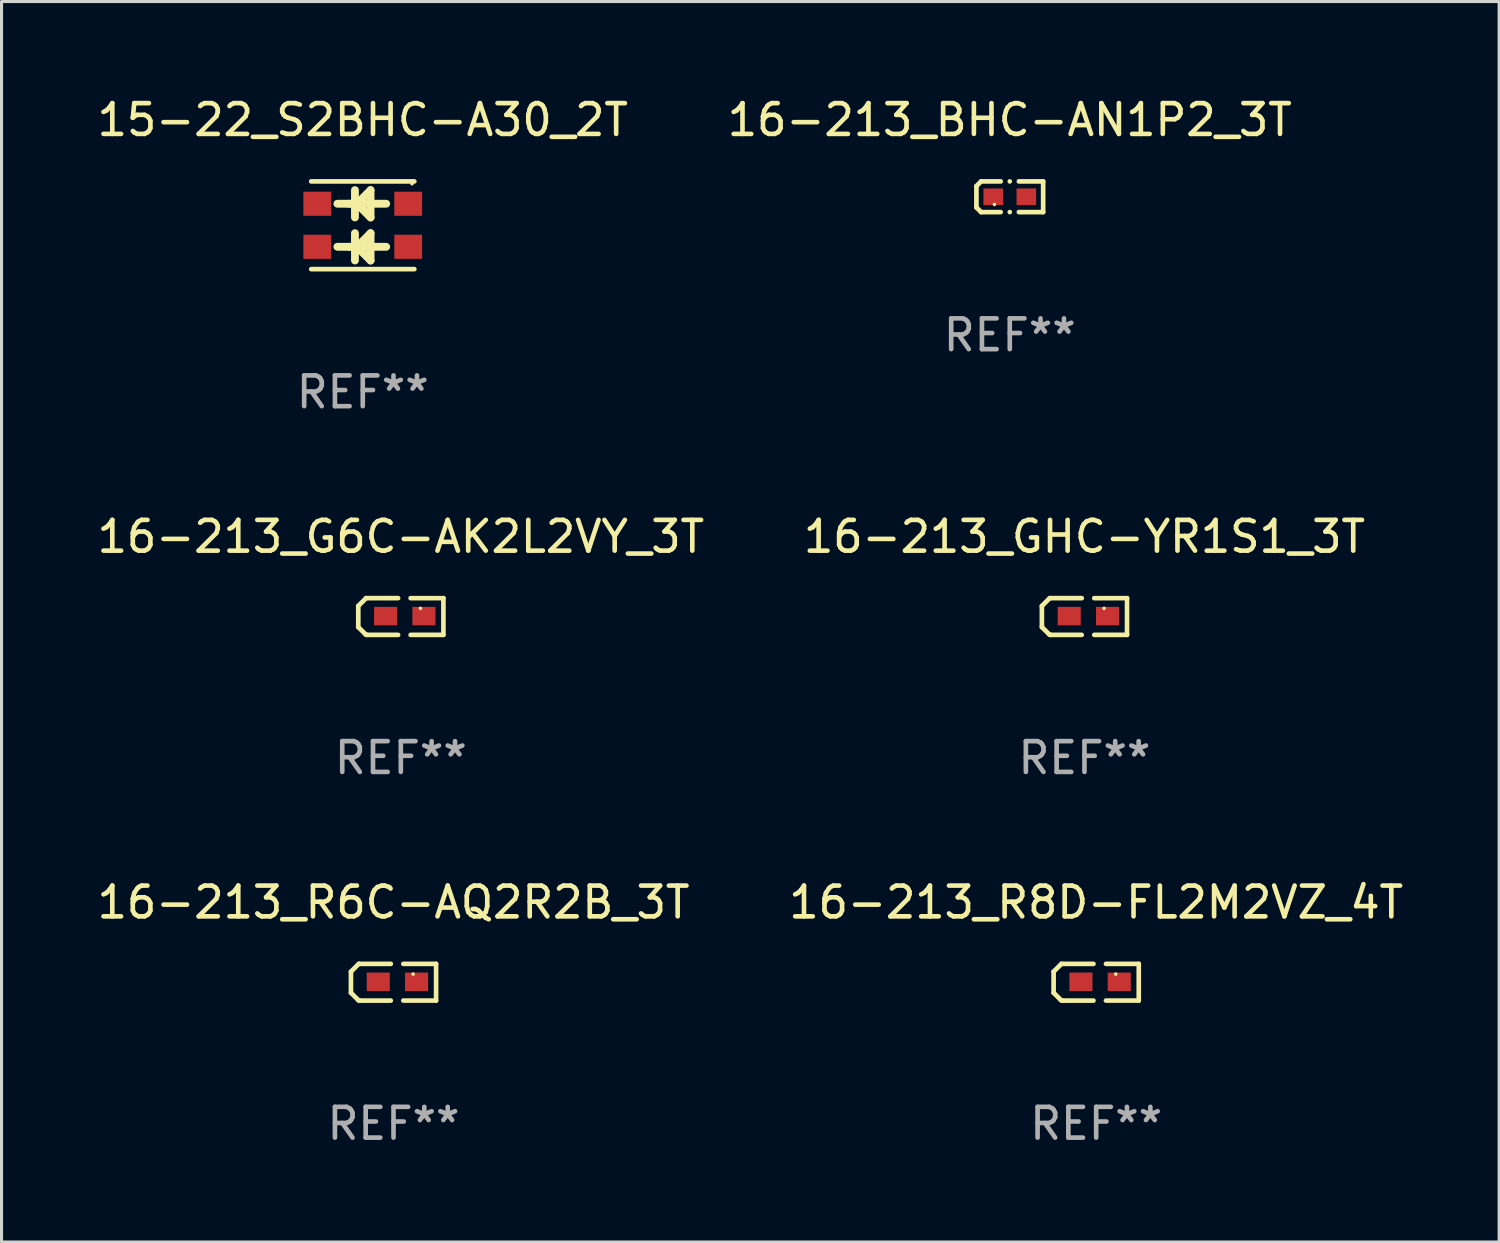
<source format=kicad_pcb>
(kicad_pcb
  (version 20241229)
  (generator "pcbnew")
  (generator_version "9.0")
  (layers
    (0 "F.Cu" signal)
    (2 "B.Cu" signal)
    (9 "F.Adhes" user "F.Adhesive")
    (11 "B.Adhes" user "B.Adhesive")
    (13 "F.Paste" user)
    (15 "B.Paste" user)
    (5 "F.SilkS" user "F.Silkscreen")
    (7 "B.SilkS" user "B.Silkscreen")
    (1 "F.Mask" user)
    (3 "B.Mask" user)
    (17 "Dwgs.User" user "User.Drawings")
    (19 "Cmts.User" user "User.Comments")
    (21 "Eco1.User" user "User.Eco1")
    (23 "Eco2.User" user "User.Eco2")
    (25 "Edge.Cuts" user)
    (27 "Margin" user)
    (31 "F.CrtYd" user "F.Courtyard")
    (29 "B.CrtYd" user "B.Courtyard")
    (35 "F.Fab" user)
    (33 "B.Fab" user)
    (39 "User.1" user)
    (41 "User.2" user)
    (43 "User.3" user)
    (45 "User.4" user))
  (footprint "16-213_R8D-FL2M2VZ_4T"
    (layer "F.Cu")
    (at 32.589 28.884)
    (property "Reference" "16-213_R8D-FL2M2VZ_4T" (at 0 -2.597 0) (layer "F.SilkS") (effects (font (size 1 1) (thickness 0.15))))
    (attr through_hole)
    (fp_line (start -1.384 -0.343) (end -1.13 -0.597) (stroke (width 0.152) (type solid)) (layer "F.SilkS"))
    (fp_line (start -1.384 0.343) (end -1.384 -0.343) (stroke (width 0.152) (type solid)) (layer "F.SilkS"))
    (fp_line (start -1.143 0.584) (end -1.384 0.343) (stroke (width 0.152) (type solid)) (layer "F.SilkS"))
    (fp_line (start -1.13 -0.597) (end -0.089 -0.597) (stroke (width 0.152) (type solid)) (layer "F.SilkS"))
    (fp_line (start -1.105 0.597) (end -1.143 0.584) (stroke (width 0.152) (type solid)) (layer "F.SilkS"))
    (fp_line (start -1.105 0.597) (end -0.089 0.597) (stroke (width 0.152) (type solid)) (layer "F.SilkS"))
    (fp_line (start 0.318 0.597) (end 1.384 0.597) (stroke (width 0.15) (type solid)) (layer "F.SilkS"))
    (fp_line (start 1.384 -0.597) (end 0.318 -0.597) (stroke (width 0.15) (type solid)) (layer "F.SilkS"))
    (fp_line (start 1.384 0.597) (end 1.384 -0.597) (stroke (width 0.15) (type solid)) (layer "F.SilkS"))
    (fp_circle (center 0.637 -0.264) (end 0.667 -0.264) (stroke (width 0.06) (type solid)) (fill no) (layer "F.SilkS"))
    (fp_text user "REF**" (at 0 4.597 0) (layer "F.Fab") (effects (font (size 1 1) (thickness 0.15))))
    (pad "1" smd rect (at 0.75 -0.014) (size 0.75 0.6) (layers "F.Cu" "F.Mask" "F.Paste"))
    (pad "2" smd rect (at -0.496 -0.014) (size 0.75 0.6) (layers "F.Cu" "F.Mask" "F.Paste")))
  (footprint "16-213_BHC-AN1P2_3T"
    (layer "F.Cu")
    (at 29.78 3.347)
    (property "Reference" "16-213_BHC-AN1P2_3T" (at 0 -2.499 0) (layer "F.SilkS") (effects (font (size 1 1) (thickness 0.15))))
    (attr through_hole)
    (fp_line (start -1.085 -0.346) (end -0.933 -0.499) (stroke (width 0.152) (type solid)) (layer "F.SilkS"))
    (fp_line (start -1.085 0.346) (end -1.085 -0.346) (stroke (width 0.152) (type solid)) (layer "F.SilkS"))
    (fp_line (start -0.933 -0.499) (end -0.296 -0.499) (stroke (width 0.152) (type solid)) (layer "F.SilkS"))
    (fp_line (start -0.933 0.499) (end -1.085 0.346) (stroke (width 0.152) (type solid)) (layer "F.SilkS"))
    (fp_line (start -0.296 0.499) (end -0.933 0.499) (stroke (width 0.152) (type solid)) (layer "F.SilkS"))
    (fp_line (start 0.296 0.499) (end 1.085 0.499) (stroke (width 0.152) (type solid)) (layer "F.SilkS"))
    (fp_line (start 1.085 -0.499) (end 0.296 -0.499) (stroke (width 0.152) (type solid)) (layer "F.SilkS"))
    (fp_line (start 1.085 0.499) (end 1.085 -0.499) (stroke (width 0.152) (type solid)) (layer "F.SilkS"))
    (fp_circle (center -0.5 0.25) (end -0.47 0.25) (stroke (width 0.06) (type solid)) (fill no) (layer "F.SilkS"))
    (fp_circle (center 0 -0.499) (end 0.038 -0.499) (stroke (width 0.076) (type solid)) (fill no) (layer "F.SilkS"))
    (fp_circle (center 0 0.499) (end 0.038 0.499) (stroke (width 0.076) (type solid)) (fill no) (layer "F.SilkS"))
    (fp_text user "REF**" (at 0 4.499 0) (layer "F.Fab") (effects (font (size 1 1) (thickness 0.15))))
    (pad "1" smd rect (at -0.538 0) (size 0.636 0.54) (layers "F.Cu" "F.Mask" "F.Paste"))
    (pad "2" smd rect (at 0.538 0) (size 0.636 0.54) (layers "F.Cu" "F.Mask" "F.Paste")))
  (footprint "16-213_R6C-AQ2R2B_3T"
    (layer "F.Cu")
    (at 9.744 28.884)
    (property "Reference" "16-213_R6C-AQ2R2B_3T" (at 0 -2.597 0) (layer "F.SilkS") (effects (font (size 1 1) (thickness 0.15))))
    (attr through_hole)
    (fp_line (start -1.384 -0.343) (end -1.13 -0.597) (stroke (width 0.152) (type solid)) (layer "F.SilkS"))
    (fp_line (start -1.384 0.343) (end -1.384 -0.343) (stroke (width 0.152) (type solid)) (layer "F.SilkS"))
    (fp_line (start -1.143 0.584) (end -1.384 0.343) (stroke (width 0.152) (type solid)) (layer "F.SilkS"))
    (fp_line (start -1.13 -0.597) (end -0.089 -0.597) (stroke (width 0.152) (type solid)) (layer "F.SilkS"))
    (fp_line (start -1.105 0.597) (end -1.143 0.584) (stroke (width 0.152) (type solid)) (layer "F.SilkS"))
    (fp_line (start -1.105 0.597) (end -0.089 0.597) (stroke (width 0.152) (type solid)) (layer "F.SilkS"))
    (fp_line (start 0.318 0.597) (end 1.384 0.597) (stroke (width 0.15) (type solid)) (layer "F.SilkS"))
    (fp_line (start 1.384 -0.597) (end 0.318 -0.597) (stroke (width 0.15) (type solid)) (layer "F.SilkS"))
    (fp_line (start 1.384 0.597) (end 1.384 -0.597) (stroke (width 0.15) (type solid)) (layer "F.SilkS"))
    (fp_circle (center 0.637 -0.264) (end 0.667 -0.264) (stroke (width 0.06) (type solid)) (fill no) (layer "F.SilkS"))
    (fp_text user "REF**" (at 0 4.597 0) (layer "F.Fab") (effects (font (size 1 1) (thickness 0.15))))
    (pad "1" smd rect (at 0.75 -0.014) (size 0.75 0.6) (layers "F.Cu" "F.Mask" "F.Paste"))
    (pad "2" smd rect (at -0.496 -0.014) (size 0.75 0.6) (layers "F.Cu" "F.Mask" "F.Paste")))
  (footprint "16-213_G6C-AK2L2VY_3T"
    (layer "F.Cu")
    (at 9.982 16.994)
    (property "Reference" "16-213_G6C-AK2L2VY_3T" (at 0 -2.597 0) (layer "F.SilkS") (effects (font (size 1 1) (thickness 0.15))))
    (attr through_hole)
    (fp_line (start -1.384 -0.343) (end -1.13 -0.597) (stroke (width 0.152) (type solid)) (layer "F.SilkS"))
    (fp_line (start -1.384 0.343) (end -1.384 -0.343) (stroke (width 0.152) (type solid)) (layer "F.SilkS"))
    (fp_line (start -1.143 0.584) (end -1.384 0.343) (stroke (width 0.152) (type solid)) (layer "F.SilkS"))
    (fp_line (start -1.13 -0.597) (end -0.089 -0.597) (stroke (width 0.152) (type solid)) (layer "F.SilkS"))
    (fp_line (start -1.105 0.597) (end -1.143 0.584) (stroke (width 0.152) (type solid)) (layer "F.SilkS"))
    (fp_line (start -1.105 0.597) (end -0.089 0.597) (stroke (width 0.152) (type solid)) (layer "F.SilkS"))
    (fp_line (start 0.318 0.597) (end 1.384 0.597) (stroke (width 0.15) (type solid)) (layer "F.SilkS"))
    (fp_line (start 1.384 -0.597) (end 0.318 -0.597) (stroke (width 0.15) (type solid)) (layer "F.SilkS"))
    (fp_line (start 1.384 0.597) (end 1.384 -0.597) (stroke (width 0.15) (type solid)) (layer "F.SilkS"))
    (fp_circle (center 0.637 -0.264) (end 0.667 -0.264) (stroke (width 0.06) (type solid)) (fill no) (layer "F.SilkS"))
    (fp_text user "REF**" (at 0 4.597 0) (layer "F.Fab") (effects (font (size 1 1) (thickness 0.15))))
    (pad "1" smd rect (at 0.75 -0.014) (size 0.75 0.6) (layers "F.Cu" "F.Mask" "F.Paste"))
    (pad "2" smd rect (at -0.496 -0.014) (size 0.75 0.6) (layers "F.Cu" "F.Mask" "F.Paste")))
  (footprint "16-213_GHC-YR1S1_3T"
    (layer "F.Cu")
    (at 32.208 16.994)
    (property "Reference" "16-213_GHC-YR1S1_3T" (at 0 -2.597 0) (layer "F.SilkS") (effects (font (size 1 1) (thickness 0.15))))
    (attr through_hole)
    (fp_line (start -1.384 -0.343) (end -1.13 -0.597) (stroke (width 0.152) (type solid)) (layer "F.SilkS"))
    (fp_line (start -1.384 0.343) (end -1.384 -0.343) (stroke (width 0.152) (type solid)) (layer "F.SilkS"))
    (fp_line (start -1.143 0.584) (end -1.384 0.343) (stroke (width 0.152) (type solid)) (layer "F.SilkS"))
    (fp_line (start -1.13 -0.597) (end -0.089 -0.597) (stroke (width 0.152) (type solid)) (layer "F.SilkS"))
    (fp_line (start -1.105 0.597) (end -1.143 0.584) (stroke (width 0.152) (type solid)) (layer "F.SilkS"))
    (fp_line (start -1.105 0.597) (end -0.089 0.597) (stroke (width 0.152) (type solid)) (layer "F.SilkS"))
    (fp_line (start 0.318 0.597) (end 1.384 0.597) (stroke (width 0.15) (type solid)) (layer "F.SilkS"))
    (fp_line (start 1.384 -0.597) (end 0.318 -0.597) (stroke (width 0.15) (type solid)) (layer "F.SilkS"))
    (fp_line (start 1.384 0.597) (end 1.384 -0.597) (stroke (width 0.15) (type solid)) (layer "F.SilkS"))
    (fp_circle (center 0.637 -0.264) (end 0.667 -0.264) (stroke (width 0.06) (type solid)) (fill no) (layer "F.SilkS"))
    (fp_text user "REF**" (at 0 4.597 0) (layer "F.Fab") (effects (font (size 1 1) (thickness 0.15))))
    (pad "1" smd rect (at 0.75 -0.014) (size 0.75 0.6) (layers "F.Cu" "F.Mask" "F.Paste"))
    (pad "2" smd rect (at -0.496 -0.014) (size 0.75 0.6) (layers "F.Cu" "F.Mask" "F.Paste")))
  (footprint "15-22_S2BHC-A30_2T"
    (layer "F.Cu")
    (at 8.744 4.274)
    (property "Reference" "15-22_S2BHC-A30_2T" (at 0 -3.426 0) (layer "F.SilkS") (effects (font (size 1 1) (thickness 0.15))))
    (attr through_hole)
    (fp_line (start -1.676 -1.426) (end 1.676 -1.426) (stroke (width 0.152) (type solid)) (layer "F.SilkS"))
    (fp_line (start -1.676 1.426) (end 1.676 1.426) (stroke (width 0.152) (type solid)) (layer "F.SilkS"))
    (fp_line (start -0.445 -0.7) (end -0.826 -0.7) (stroke (width 0.254) (type solid)) (layer "F.SilkS"))
    (fp_line (start -0.445 -0.7) (end -0.189 -0.7) (stroke (width 0.254) (type solid)) (layer "F.SilkS"))
    (fp_line (start -0.445 0.7) (end -0.826 0.7) (stroke (width 0.254) (type solid)) (layer "F.SilkS"))
    (fp_line (start -0.445 0.7) (end -0.189 0.7) (stroke (width 0.254) (type solid)) (layer "F.SilkS"))
    (fp_line (start -0.254 -1.143) (end -0.254 -0.254) (stroke (width 0.254) (type solid)) (layer "F.SilkS"))
    (fp_line (start -0.254 0.257) (end -0.254 1.146) (stroke (width 0.254) (type solid)) (layer "F.SilkS"))
    (fp_line (start -0.189 -0.7) (end 0.254 -1.143) (stroke (width 0.254) (type solid)) (layer "F.SilkS"))
    (fp_line (start -0.189 0.7) (end 0.254 0.257) (stroke (width 0.254) (type solid)) (layer "F.SilkS"))
    (fp_line (start 0 -0.7) (end 0.762 -0.7) (stroke (width 0.254) (type solid)) (layer "F.SilkS"))
    (fp_line (start 0 0.7) (end 0.762 0.7) (stroke (width 0.254) (type solid)) (layer "F.SilkS"))
    (fp_line (start 0.254 -1.143) (end 0.254 -0.254) (stroke (width 0.254) (type solid)) (layer "F.SilkS"))
    (fp_line (start 0.254 -0.254) (end -0.127 -0.635) (stroke (width 0.254) (type solid)) (layer "F.SilkS"))
    (fp_line (start 0.254 0.257) (end 0.254 1.146) (stroke (width 0.254) (type solid)) (layer "F.SilkS"))
    (fp_line (start 0.254 1.146) (end -0.127 0.765) (stroke (width 0.254) (type solid)) (layer "F.SilkS"))
    (fp_circle (center 1.6 -1.35) (end 1.63 -1.35) (stroke (width 0.06) (type solid)) (fill no) (layer "F.SilkS"))
    (fp_text user "REF**" (at 0 5.426 0) (layer "F.Fab") (effects (font (size 1 1) (thickness 0.15))))
    (pad "1" smd rect (at 1.478 -0.7) (size 0.905 0.784) (layers "F.Cu" "F.Mask" "F.Paste"))
    (pad "2" smd rect (at -1.478 -0.7) (size 0.905 0.784) (layers "F.Cu" "F.Mask" "F.Paste"))
    (pad "3" smd rect (at 1.478 0.7) (size 0.905 0.784) (layers "F.Cu" "F.Mask" "F.Paste"))
    (pad "4" smd rect (at -1.478 0.7) (size 0.905 0.784) (layers "F.Cu" "F.Mask" "F.Paste")))
  (gr_rect
    (start -3 -3)
    (end 45.69 37.33)
    (stroke (width 0.1) (type default))
    (fill no)
    (layer "Edge.Cuts")))
</source>
